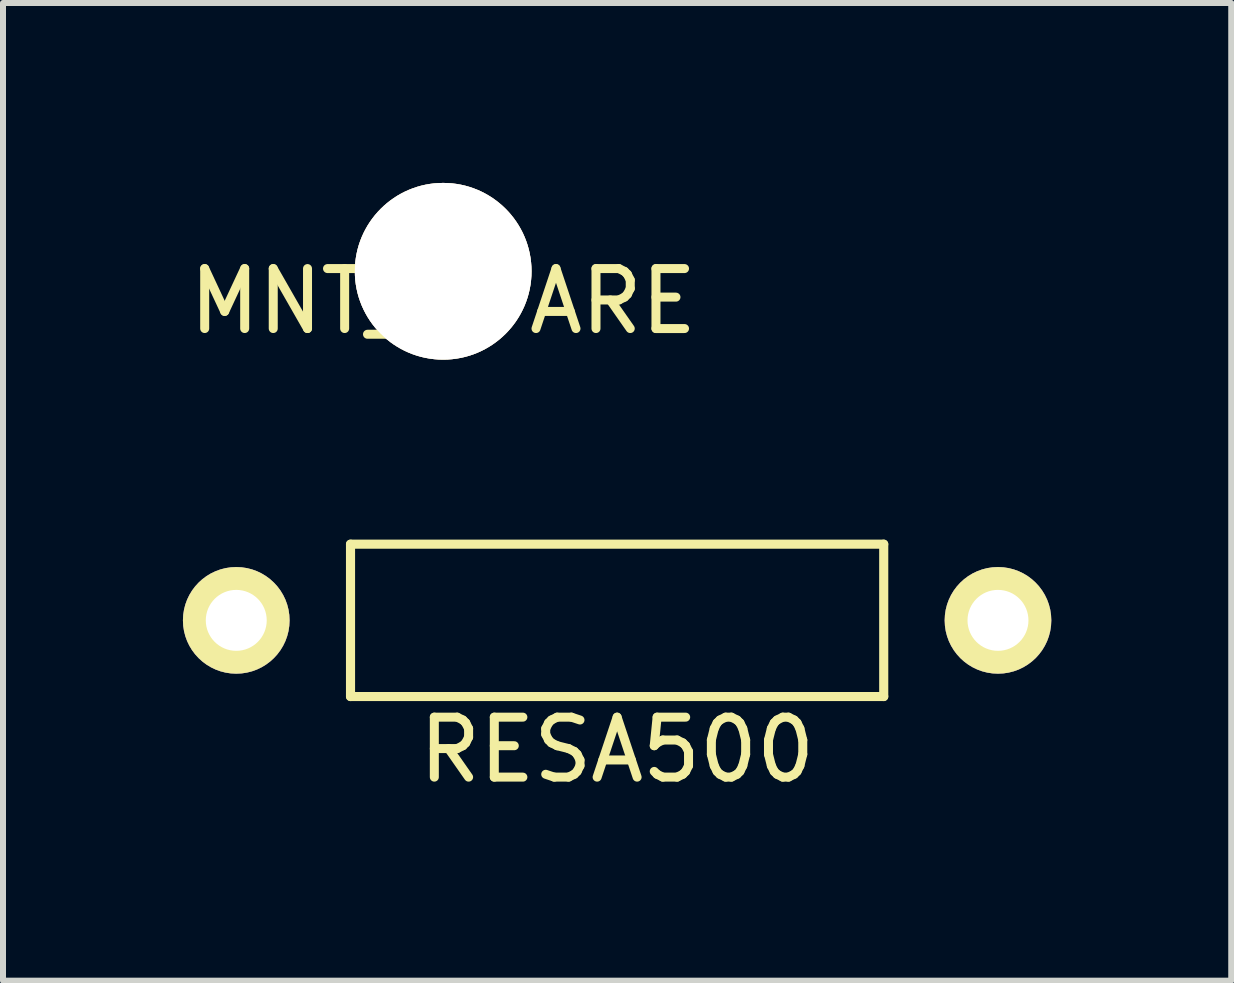
<source format=kicad_pcb>
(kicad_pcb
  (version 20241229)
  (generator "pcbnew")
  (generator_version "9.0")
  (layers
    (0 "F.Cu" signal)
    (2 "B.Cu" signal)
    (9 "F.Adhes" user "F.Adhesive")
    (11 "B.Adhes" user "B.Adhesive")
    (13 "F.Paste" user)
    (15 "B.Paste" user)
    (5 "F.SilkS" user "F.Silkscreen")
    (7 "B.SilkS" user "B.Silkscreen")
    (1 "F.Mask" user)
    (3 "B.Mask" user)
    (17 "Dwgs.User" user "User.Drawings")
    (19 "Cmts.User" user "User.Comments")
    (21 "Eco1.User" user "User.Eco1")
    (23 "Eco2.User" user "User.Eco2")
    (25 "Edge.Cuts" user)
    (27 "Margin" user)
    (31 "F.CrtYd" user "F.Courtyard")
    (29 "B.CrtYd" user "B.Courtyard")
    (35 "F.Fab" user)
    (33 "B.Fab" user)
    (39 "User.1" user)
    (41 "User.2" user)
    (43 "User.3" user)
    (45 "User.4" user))
  (footprint "RESA500"
    (layer "F.Cu")
    (at 7.239 7.293)
    (property "Reference" "RESA500" (at 0 2.159 0) (layer "F.SilkS") (effects (font (size 1 1) (thickness 0.15))))
    (attr through_hole)
    (fp_line (start -4.445 -1.27) (end -4.445 1.27) (stroke (width 0.152) (type solid)) (layer "F.SilkS"))
    (fp_line (start -4.445 1.27) (end 4.445 1.27) (stroke (width 0.152) (type solid)) (layer "F.SilkS"))
    (fp_line (start 4.445 -1.27) (end -4.445 -1.27) (stroke (width 0.152) (type solid)) (layer "F.SilkS"))
    (fp_line (start 4.445 1.27) (end 4.445 -1.27) (stroke (width 0.152) (type solid)) (layer "F.SilkS"))
    (pad "1" thru_hole circle (at 6.35 0) (size 1.778 1.778) (drill 1.016) (layers "*.Cu" "*.Mask" "F.SilkS"))
    (pad "2" thru_hole circle (at -6.35 0) (size 1.778 1.778) (drill 1.016) (layers "*.Cu" "*.Mask" "F.SilkS")))
  (footprint "MNT_SPARE"
    (layer "F.Cu")
    (at 4.339 1.473)
    (property "Reference" "MNT_SPARE" (at 0 0.5 0) (layer "F.SilkS") (effects (font (size 1 1) (thickness 0.15))))
    (attr through_hole)
    (pad "1" thru_hole circle (at 0 0) (size 2.946 2.946) (drill 2.946) (layers "*.Cu" "*.Mask" "F.SilkS")))
  (gr_rect
    (start -3 -3)
    (end 17.478 13.3)
    (stroke (width 0.1) (type default))
    (fill no)
    (layer "Edge.Cuts")))
</source>
